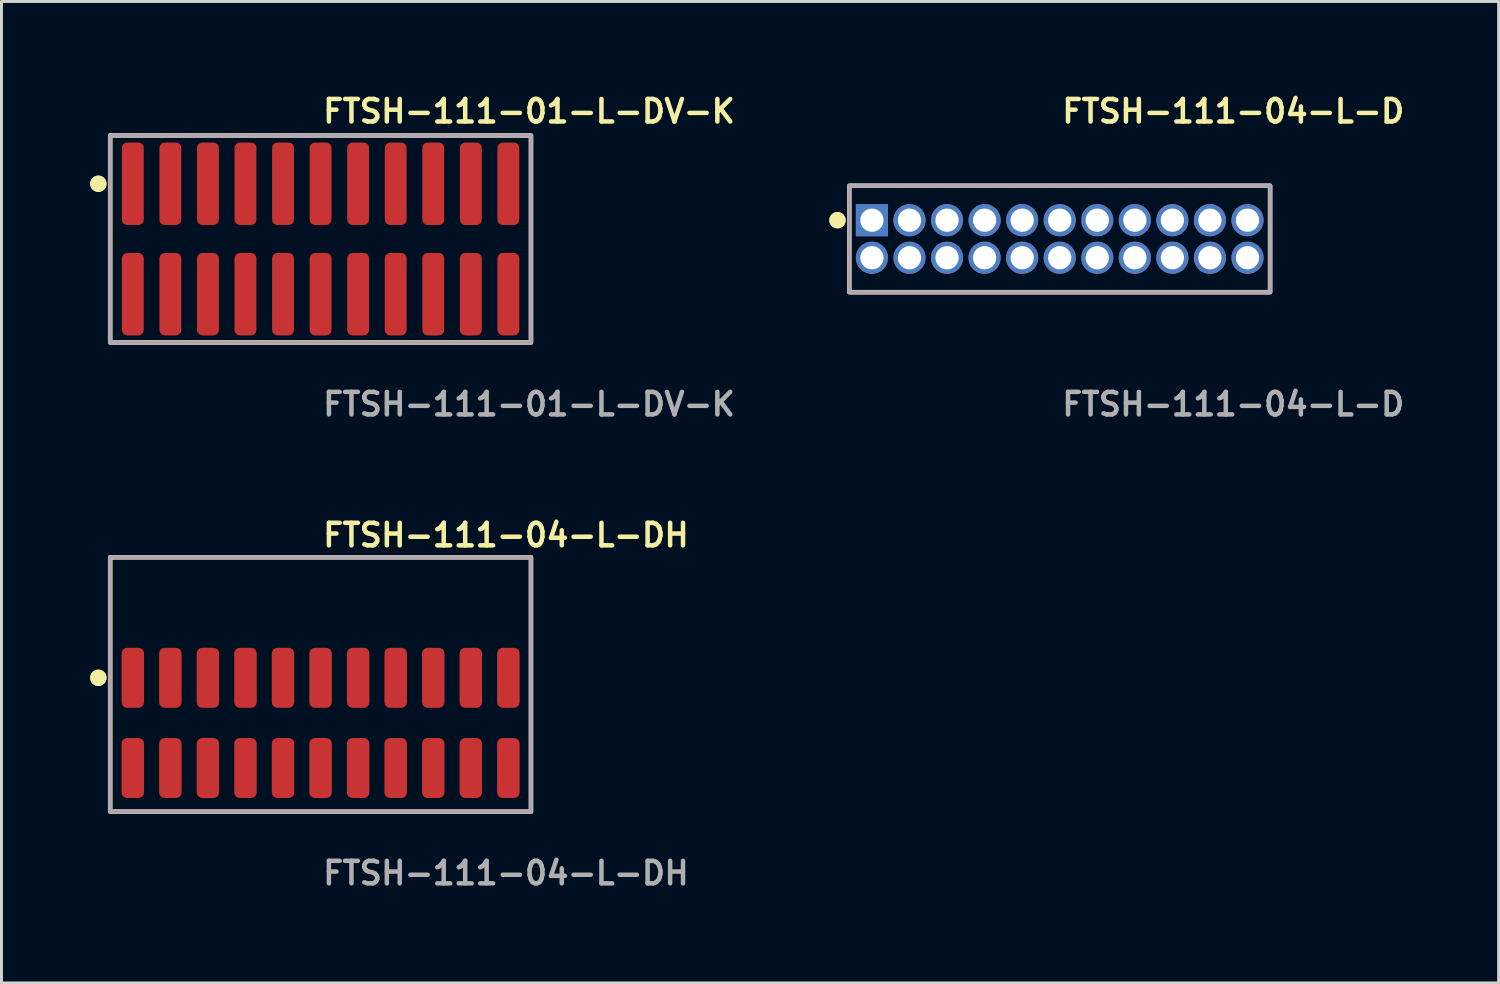
<source format=kicad_pcb>
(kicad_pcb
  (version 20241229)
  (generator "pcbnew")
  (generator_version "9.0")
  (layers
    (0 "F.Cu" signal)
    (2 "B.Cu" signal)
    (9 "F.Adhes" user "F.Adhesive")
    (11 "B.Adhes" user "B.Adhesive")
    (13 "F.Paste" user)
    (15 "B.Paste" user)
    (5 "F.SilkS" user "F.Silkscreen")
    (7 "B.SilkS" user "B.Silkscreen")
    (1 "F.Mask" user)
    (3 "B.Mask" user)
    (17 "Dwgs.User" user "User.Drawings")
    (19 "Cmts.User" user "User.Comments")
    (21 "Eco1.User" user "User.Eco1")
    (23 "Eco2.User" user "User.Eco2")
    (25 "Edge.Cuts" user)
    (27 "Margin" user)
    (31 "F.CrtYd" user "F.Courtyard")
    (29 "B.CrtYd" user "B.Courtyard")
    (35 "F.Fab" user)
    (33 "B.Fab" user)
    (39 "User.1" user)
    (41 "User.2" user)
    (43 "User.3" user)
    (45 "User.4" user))
  (footprint "FTSH-111-04-L-DH"
    (layer "F.Cu")
    (at 7.791 21.396)
    (property "Reference" "FTSH-111-04-L-DH" (at 0 -6.35 0) (unlocked yes) (layer "F.SilkS") (effects (font (size 0.762 0.762) (thickness 0.152)) (justify left)))
    (fp_rect (start -7.115 3) (end 7.115 -5.6) (stroke (width 0.152) (type solid)) (fill no) (layer "F.SilkS"))
    (fp_circle (center -7.515 -1.525) (end -7.715 -1.525) (stroke (width 0.152) (type solid)) (fill yes) (layer "F.SilkS"))
    (fp_circle (center -7.515 -1.525) (end -7.715 -1.525) (stroke (width 0.152) (type solid)) (fill yes) (layer "F.SilkS"))
    (fp_rect (start -7.115 3) (end 7.115 -5.6) (stroke (width 0.006) (type solid)) (fill no) (layer "F.CrtYd"))
    (fp_rect (start -7.115 3) (end 7.115 -5.6) (stroke (width 0.152) (type solid)) (fill no) (layer "F.Fab"))
    (fp_text user "${REFERENCE}" (at 0 5.08 0) (unlocked yes) (layer "F.Fab") (effects (font (size 0.762 0.762) (thickness 0.152)) (justify left)))
    (pad "1" smd roundrect (at -6.35 -1.525) (size 0.76 2.03) (layers "F.Cu" "F.Paste") (roundrect_rratio 0.25))
    (pad "2" smd roundrect (at -6.35 1.525) (size 0.76 2.03) (layers "F.Cu" "F.Paste") (roundrect_rratio 0.25))
    (pad "3" smd roundrect (at -5.08 -1.525) (size 0.76 2.03) (layers "F.Cu" "F.Paste") (roundrect_rratio 0.25))
    (pad "4" smd roundrect (at -5.08 1.525) (size 0.76 2.03) (layers "F.Cu" "F.Paste") (roundrect_rratio 0.25))
    (pad "5" smd roundrect (at -3.81 -1.525) (size 0.76 2.03) (layers "F.Cu" "F.Paste") (roundrect_rratio 0.25))
    (pad "6" smd roundrect (at -3.81 1.525) (size 0.76 2.03) (layers "F.Cu" "F.Paste") (roundrect_rratio 0.25))
    (pad "7" smd roundrect (at -2.54 -1.525) (size 0.76 2.03) (layers "F.Cu" "F.Paste") (roundrect_rratio 0.25))
    (pad "8" smd roundrect (at -2.54 1.525) (size 0.76 2.03) (layers "F.Cu" "F.Paste") (roundrect_rratio 0.25))
    (pad "9" smd roundrect (at -1.27 -1.525) (size 0.76 2.03) (layers "F.Cu" "F.Paste") (roundrect_rratio 0.25))
    (pad "10" smd roundrect (at -1.27 1.525) (size 0.76 2.03) (layers "F.Cu" "F.Paste") (roundrect_rratio 0.25))
    (pad "11" smd roundrect (at 0 -1.525) (size 0.76 2.03) (layers "F.Cu" "F.Paste") (roundrect_rratio 0.25))
    (pad "12" smd roundrect (at 0 1.525) (size 0.76 2.03) (layers "F.Cu" "F.Paste") (roundrect_rratio 0.25))
    (pad "13" smd roundrect (at 1.27 -1.525) (size 0.76 2.03) (layers "F.Cu" "F.Paste") (roundrect_rratio 0.25))
    (pad "14" smd roundrect (at 1.27 1.525) (size 0.76 2.03) (layers "F.Cu" "F.Paste") (roundrect_rratio 0.25))
    (pad "15" smd roundrect (at 2.54 -1.525) (size 0.76 2.03) (layers "F.Cu" "F.Paste") (roundrect_rratio 0.25))
    (pad "16" smd roundrect (at 2.54 1.525) (size 0.76 2.03) (layers "F.Cu" "F.Paste") (roundrect_rratio 0.25))
    (pad "17" smd roundrect (at 3.81 -1.525) (size 0.76 2.03) (layers "F.Cu" "F.Paste") (roundrect_rratio 0.25))
    (pad "18" smd roundrect (at 3.81 1.525) (size 0.76 2.03) (layers "F.Cu" "F.Paste") (roundrect_rratio 0.25))
    (pad "19" smd roundrect (at 5.08 -1.525) (size 0.76 2.03) (layers "F.Cu" "F.Paste") (roundrect_rratio 0.25))
    (pad "20" smd roundrect (at 5.08 1.525) (size 0.76 2.03) (layers "F.Cu" "F.Paste") (roundrect_rratio 0.25))
    (pad "21" smd roundrect (at 6.35 -1.525) (size 0.76 2.03) (layers "F.Cu" "F.Paste") (roundrect_rratio 0.25))
    (pad "22" smd roundrect (at 6.35 1.525) (size 0.76 2.03) (layers "F.Cu" "F.Paste") (roundrect_rratio 0.25)))
  (footprint "FTSH-111-01-L-DV-K"
    (layer "F.Cu")
    (at 7.791 5.031)
    (property "Reference" "FTSH-111-01-L-DV-K" (at 0 -4.318 0) (unlocked yes) (layer "F.SilkS") (effects (font (size 0.762 0.762) (thickness 0.152)) (justify left)))
    (fp_rect (start -7.115 3.5) (end 7.115 -3.5) (stroke (width 0.152) (type solid)) (fill no) (layer "F.SilkS"))
    (fp_circle (center -7.515 -1.867) (end -7.715 -1.867) (stroke (width 0.152) (type solid)) (fill yes) (layer "F.SilkS"))
    (fp_circle (center -7.515 -1.867) (end -7.715 -1.867) (stroke (width 0.152) (type solid)) (fill yes) (layer "F.SilkS"))
    (fp_rect (start -7.115 3.5) (end 7.115 -3.5) (stroke (width 0.006) (type solid)) (fill no) (layer "F.CrtYd"))
    (fp_rect (start -7.115 3.5) (end 7.115 -3.5) (stroke (width 0.152) (type solid)) (fill no) (layer "F.Fab"))
    (fp_text user "${REFERENCE}" (at 0 5.588 0) (unlocked yes) (layer "F.Fab") (effects (font (size 0.762 0.762) (thickness 0.152)) (justify left)))
    (pad "1" smd roundrect (at -6.35 -1.867) (size 0.74 2.79) (layers "F.Cu" "F.Paste") (roundrect_rratio 0.25))
    (pad "2" smd roundrect (at -6.35 1.867) (size 0.74 2.79) (layers "F.Cu" "F.Paste") (roundrect_rratio 0.25))
    (pad "3" smd roundrect (at -5.08 -1.867) (size 0.74 2.79) (layers "F.Cu" "F.Paste") (roundrect_rratio 0.25))
    (pad "4" smd roundrect (at -5.08 1.867) (size 0.74 2.79) (layers "F.Cu" "F.Paste") (roundrect_rratio 0.25))
    (pad "5" smd roundrect (at -3.81 -1.867) (size 0.74 2.79) (layers "F.Cu" "F.Paste") (roundrect_rratio 0.25))
    (pad "6" smd roundrect (at -3.81 1.867) (size 0.74 2.79) (layers "F.Cu" "F.Paste") (roundrect_rratio 0.25))
    (pad "7" smd roundrect (at -2.54 -1.867) (size 0.74 2.79) (layers "F.Cu" "F.Paste") (roundrect_rratio 0.25))
    (pad "8" smd roundrect (at -2.54 1.867) (size 0.74 2.79) (layers "F.Cu" "F.Paste") (roundrect_rratio 0.25))
    (pad "9" smd roundrect (at -1.27 -1.867) (size 0.74 2.79) (layers "F.Cu" "F.Paste") (roundrect_rratio 0.25))
    (pad "10" smd roundrect (at -1.27 1.867) (size 0.74 2.79) (layers "F.Cu" "F.Paste") (roundrect_rratio 0.25))
    (pad "11" smd roundrect (at 0 -1.867) (size 0.74 2.79) (layers "F.Cu" "F.Paste") (roundrect_rratio 0.25))
    (pad "12" smd roundrect (at 0 1.867) (size 0.74 2.79) (layers "F.Cu" "F.Paste") (roundrect_rratio 0.25))
    (pad "13" smd roundrect (at 1.27 -1.867) (size 0.74 2.79) (layers "F.Cu" "F.Paste") (roundrect_rratio 0.25))
    (pad "14" smd roundrect (at 1.27 1.867) (size 0.74 2.79) (layers "F.Cu" "F.Paste") (roundrect_rratio 0.25))
    (pad "15" smd roundrect (at 2.54 -1.867) (size 0.74 2.79) (layers "F.Cu" "F.Paste") (roundrect_rratio 0.25))
    (pad "16" smd roundrect (at 2.54 1.867) (size 0.74 2.79) (layers "F.Cu" "F.Paste") (roundrect_rratio 0.25))
    (pad "17" smd roundrect (at 3.81 -1.867) (size 0.74 2.79) (layers "F.Cu" "F.Paste") (roundrect_rratio 0.25))
    (pad "18" smd roundrect (at 3.81 1.867) (size 0.74 2.79) (layers "F.Cu" "F.Paste") (roundrect_rratio 0.25))
    (pad "19" smd roundrect (at 5.08 -1.867) (size 0.74 2.79) (layers "F.Cu" "F.Paste") (roundrect_rratio 0.25))
    (pad "20" smd roundrect (at 5.08 1.867) (size 0.74 2.79) (layers "F.Cu" "F.Paste") (roundrect_rratio 0.25))
    (pad "21" smd roundrect (at 6.35 -1.867) (size 0.74 2.79) (layers "F.Cu" "F.Paste") (roundrect_rratio 0.25))
    (pad "22" smd roundrect (at 6.35 1.867) (size 0.74 2.79) (layers "F.Cu" "F.Paste") (roundrect_rratio 0.25)))
  (footprint "FTSH-111-04-L-D"
    (layer "F.Cu")
    (at 32.785 5.031)
    (property "Reference" "FTSH-111-04-L-D" (at 0 -4.318 0) (unlocked yes) (layer "F.SilkS") (effects (font (size 0.762 0.762) (thickness 0.152)) (justify left)))
    (fp_rect (start -7.115 1.8) (end 7.115 -1.8) (stroke (width 0.152) (type solid)) (fill no) (layer "F.SilkS"))
    (fp_circle (center -7.515 -0.635) (end -7.715 -0.635) (stroke (width 0.152) (type solid)) (fill yes) (layer "F.SilkS"))
    (fp_circle (center -7.515 -0.635) (end -7.715 -0.635) (stroke (width 0.152) (type solid)) (fill yes) (layer "F.SilkS"))
    (fp_rect (start -7.115 1.8) (end 7.115 -1.8) (stroke (width 0.006) (type solid)) (fill no) (layer "F.CrtYd"))
    (fp_rect (start -7.115 1.8) (end 7.115 -1.8) (stroke (width 0.152) (type solid)) (fill no) (layer "F.Fab"))
    (fp_text user "${REFERENCE}" (at 0 5.588 0) (unlocked yes) (layer "F.Fab") (effects (font (size 0.762 0.762) (thickness 0.152)) (justify left)))
    (pad "1" thru_hole rect (at -6.35 -0.635) (size 1.087 1.087) (drill 0.787) (layers "*.Cu" "*.Mask"))
    (pad "2" thru_hole circle (at -6.35 0.635) (size 1.087 1.087) (drill 0.787) (layers "*.Cu" "*.Mask"))
    (pad "3" thru_hole circle (at -5.08 -0.635) (size 1.087 1.087) (drill 0.787) (layers "*.Cu" "*.Mask"))
    (pad "4" thru_hole circle (at -5.08 0.635) (size 1.087 1.087) (drill 0.787) (layers "*.Cu" "*.Mask"))
    (pad "5" thru_hole circle (at -3.81 -0.635) (size 1.087 1.087) (drill 0.787) (layers "*.Cu" "*.Mask"))
    (pad "6" thru_hole circle (at -3.81 0.635) (size 1.087 1.087) (drill 0.787) (layers "*.Cu" "*.Mask"))
    (pad "7" thru_hole circle (at -2.54 -0.635) (size 1.087 1.087) (drill 0.787) (layers "*.Cu" "*.Mask"))
    (pad "8" thru_hole circle (at -2.54 0.635) (size 1.087 1.087) (drill 0.787) (layers "*.Cu" "*.Mask"))
    (pad "9" thru_hole circle (at -1.27 -0.635) (size 1.087 1.087) (drill 0.787) (layers "*.Cu" "*.Mask"))
    (pad "10" thru_hole circle (at -1.27 0.635) (size 1.087 1.087) (drill 0.787) (layers "*.Cu" "*.Mask"))
    (pad "11" thru_hole circle (at 0 -0.635) (size 1.087 1.087) (drill 0.787) (layers "*.Cu" "*.Mask"))
    (pad "12" thru_hole circle (at 0 0.635) (size 1.087 1.087) (drill 0.787) (layers "*.Cu" "*.Mask"))
    (pad "13" thru_hole circle (at 1.27 -0.635) (size 1.087 1.087) (drill 0.787) (layers "*.Cu" "*.Mask"))
    (pad "14" thru_hole circle (at 1.27 0.635) (size 1.087 1.087) (drill 0.787) (layers "*.Cu" "*.Mask"))
    (pad "15" thru_hole circle (at 2.54 -0.635) (size 1.087 1.087) (drill 0.787) (layers "*.Cu" "*.Mask"))
    (pad "16" thru_hole circle (at 2.54 0.635) (size 1.087 1.087) (drill 0.787) (layers "*.Cu" "*.Mask"))
    (pad "17" thru_hole circle (at 3.81 -0.635) (size 1.087 1.087) (drill 0.787) (layers "*.Cu" "*.Mask"))
    (pad "18" thru_hole circle (at 3.81 0.635) (size 1.087 1.087) (drill 0.787) (layers "*.Cu" "*.Mask"))
    (pad "19" thru_hole circle (at 5.08 -0.635) (size 1.087 1.087) (drill 0.787) (layers "*.Cu" "*.Mask"))
    (pad "20" thru_hole circle (at 5.08 0.635) (size 1.087 1.087) (drill 0.787) (layers "*.Cu" "*.Mask"))
    (pad "21" thru_hole circle (at 6.35 -0.635) (size 1.087 1.087) (drill 0.787) (layers "*.Cu" "*.Mask"))
    (pad "22" thru_hole circle (at 6.35 0.635) (size 1.087 1.087) (drill 0.787) (layers "*.Cu" "*.Mask")))
  (gr_rect
    (start -3 -3)
    (end 47.628 30.189)
    (stroke (width 0.1) (type default))
    (fill no)
    (layer "Edge.Cuts")))
</source>
